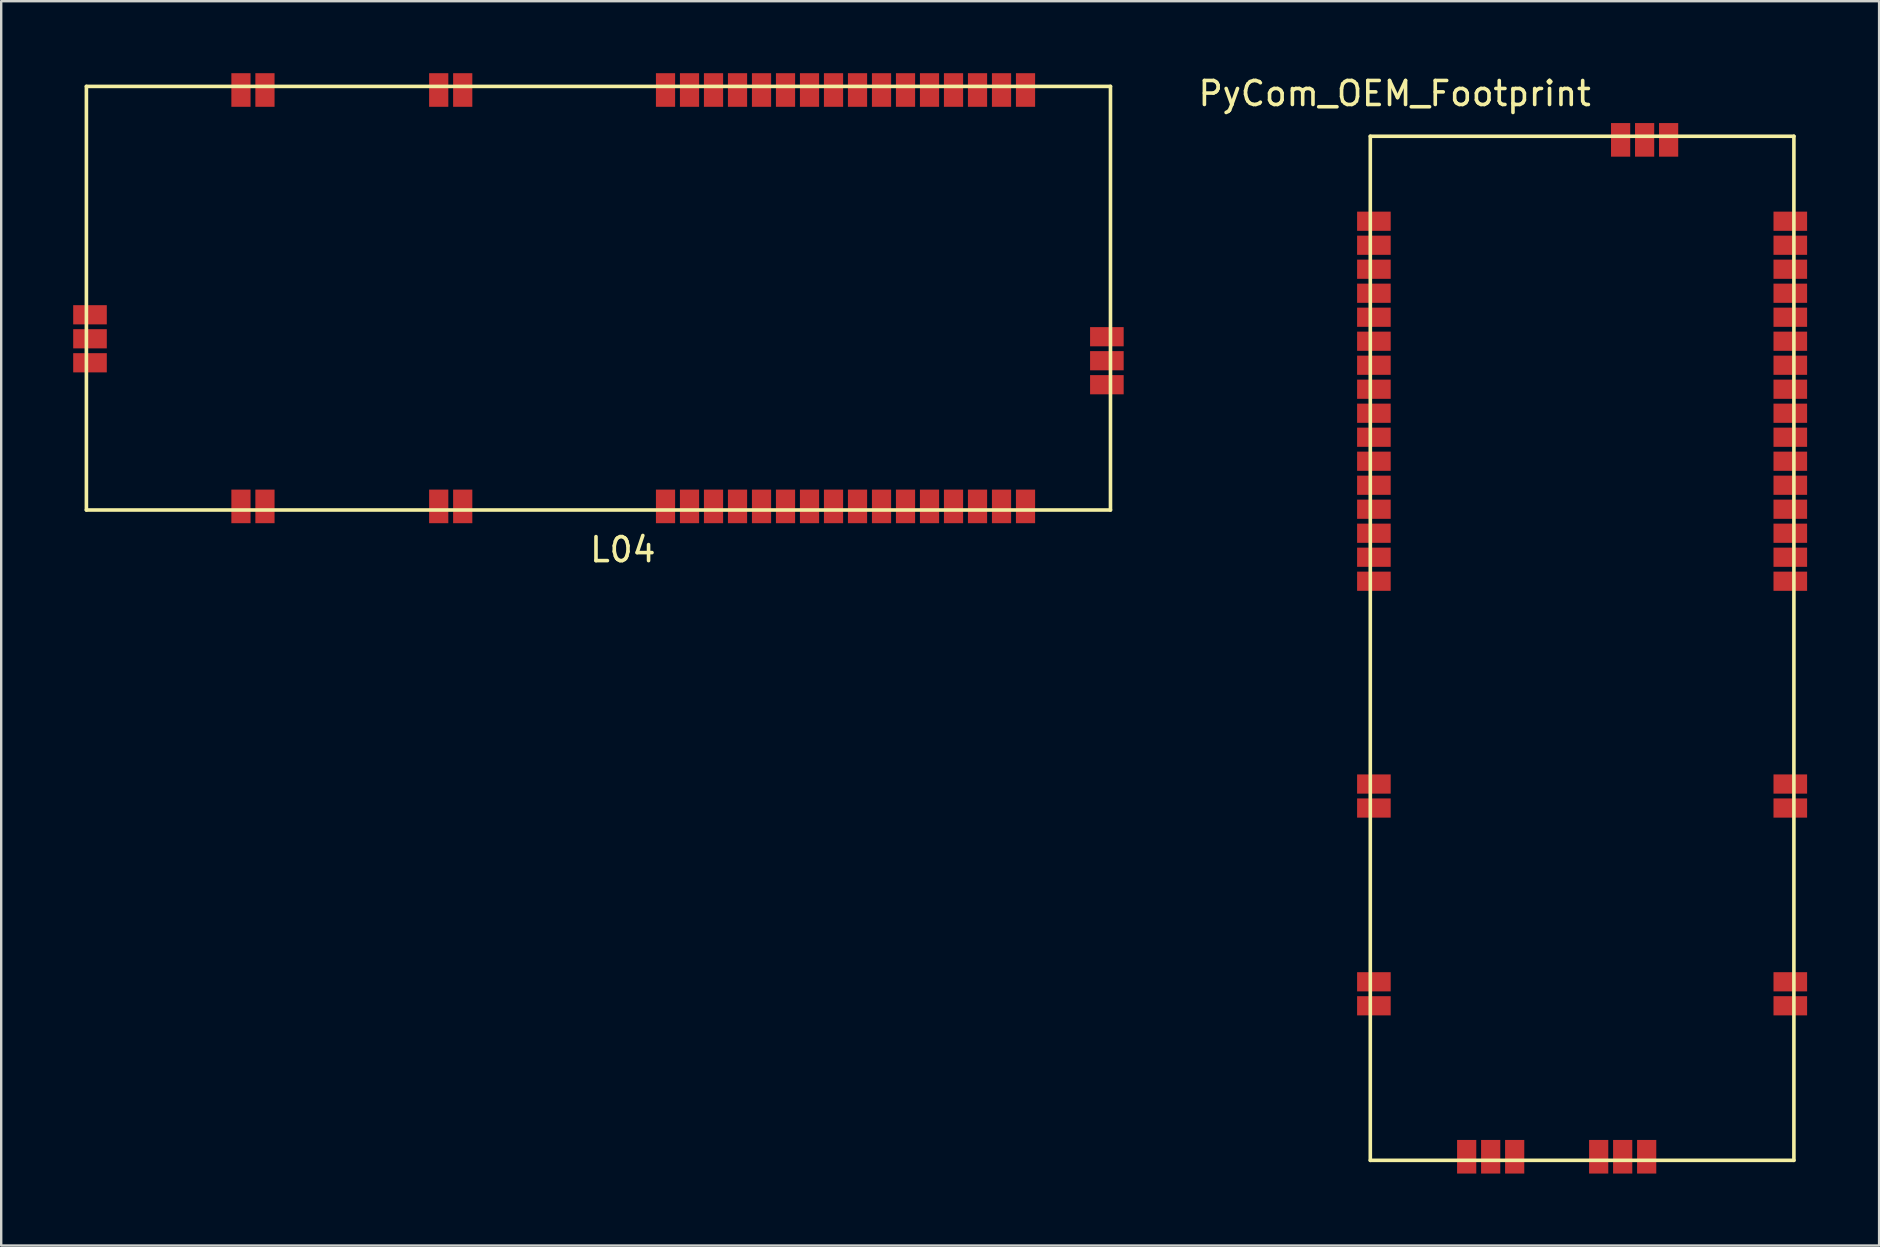
<source format=kicad_pcb>
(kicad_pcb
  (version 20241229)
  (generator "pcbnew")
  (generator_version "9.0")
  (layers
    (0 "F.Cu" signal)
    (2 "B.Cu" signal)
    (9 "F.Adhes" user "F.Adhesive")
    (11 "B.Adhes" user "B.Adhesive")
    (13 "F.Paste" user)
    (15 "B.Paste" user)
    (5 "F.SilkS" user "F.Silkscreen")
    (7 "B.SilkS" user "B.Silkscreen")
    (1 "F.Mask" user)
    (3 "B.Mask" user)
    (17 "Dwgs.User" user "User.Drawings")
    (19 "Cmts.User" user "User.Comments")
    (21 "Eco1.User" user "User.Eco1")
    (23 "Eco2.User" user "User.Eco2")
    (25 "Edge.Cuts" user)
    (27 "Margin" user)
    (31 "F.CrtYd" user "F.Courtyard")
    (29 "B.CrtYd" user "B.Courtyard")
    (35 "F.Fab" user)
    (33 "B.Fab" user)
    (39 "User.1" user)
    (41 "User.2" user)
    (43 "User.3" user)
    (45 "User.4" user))
  (footprint "L04"
    (layer "F.Cu")
    (at 0.55 0.55)
    (property "Reference" "L04" (at 22.352 19.304 0) (layer "F.SilkS") (effects (font (size 1 1) (thickness 0.15))))
    (attr through_hole)
    (fp_line (start 0 0) (end 42.67 0) (stroke (width 0.15) (type solid)) (layer "F.SilkS"))
    (fp_line (start 0 17.65) (end 0 0) (stroke (width 0.15) (type solid)) (layer "F.SilkS"))
    (fp_line (start 42.67 0) (end 42.67 17.65) (stroke (width 0.15) (type solid)) (layer "F.SilkS"))
    (fp_line (start 42.67 17.65) (end 0 17.65) (stroke (width 0.15) (type solid)) (layer "F.SilkS"))
    (pad "1" smd rect (at 6.44 0.15) (size 0.8 1.4) (layers "F.Cu" "F.Mask" "F.Paste"))
    (pad "2" smd rect (at 7.44 0.15) (size 0.8 1.4) (layers "F.Cu" "F.Mask" "F.Paste"))
    (pad "3" smd rect (at 6.44 17.5) (size 0.8 1.4) (layers "F.Cu" "F.Mask" "F.Paste"))
    (pad "4" smd rect (at 14.68 17.5) (size 0.8 1.4) (layers "F.Cu" "F.Mask" "F.Paste"))
    (pad "5" smd rect (at 7.44 17.5) (size 0.8 1.4) (layers "F.Cu" "F.Mask" "F.Paste"))
    (pad "5" smd rect (at 15.68 17.5) (size 0.8 1.4) (layers "F.Cu" "F.Mask" "F.Paste"))
    (pad "6" smd rect (at 14.68 0.15) (size 0.8 1.4) (layers "F.Cu" "F.Mask" "F.Paste"))
    (pad "7" smd rect (at 15.68 0.15) (size 0.8 1.4) (layers "F.Cu" "F.Mask" "F.Paste"))
    (pad "8" smd rect (at 24.13 0.15) (size 0.8 1.4) (layers "F.Cu" "F.Mask" "F.Paste"))
    (pad "9" smd rect (at 25.13 0.15) (size 0.8 1.4) (layers "F.Cu" "F.Mask" "F.Paste"))
    (pad "10" smd rect (at 26.13 0.15) (size 0.8 1.4) (layers "F.Cu" "F.Mask" "F.Paste"))
    (pad "11" smd rect (at 27.13 0.15) (size 0.8 1.4) (layers "F.Cu" "F.Mask" "F.Paste"))
    (pad "12" smd rect (at 28.13 0.15) (size 0.8 1.4) (layers "F.Cu" "F.Mask" "F.Paste"))
    (pad "13" smd rect (at 29.13 0.15) (size 0.8 1.4) (layers "F.Cu" "F.Mask" "F.Paste"))
    (pad "14" smd rect (at 30.13 0.15) (size 0.8 1.4) (layers "F.Cu" "F.Mask" "F.Paste"))
    (pad "15" smd rect (at 31.13 0.15) (size 0.8 1.4) (layers "F.Cu" "F.Mask" "F.Paste"))
    (pad "16" smd rect (at 32.13 0.15) (size 0.8 1.4) (layers "F.Cu" "F.Mask" "F.Paste"))
    (pad "17" smd rect (at 33.13 0.15) (size 0.8 1.4) (layers "F.Cu" "F.Mask" "F.Paste"))
    (pad "18" smd rect (at 34.13 0.15) (size 0.8 1.4) (layers "F.Cu" "F.Mask" "F.Paste"))
    (pad "19" smd rect (at 35.13 0.15) (size 0.8 1.4) (layers "F.Cu" "F.Mask" "F.Paste"))
    (pad "20" smd rect (at 36.13 0.15) (size 0.8 1.4) (layers "F.Cu" "F.Mask" "F.Paste"))
    (pad "21" smd rect (at 37.13 0.15) (size 0.8 1.4) (layers "F.Cu" "F.Mask" "F.Paste"))
    (pad "22" smd rect (at 38.13 0.15) (size 0.8 1.4) (layers "F.Cu" "F.Mask" "F.Paste"))
    (pad "23" smd rect (at 39.13 0.15) (size 0.8 1.4) (layers "F.Cu" "F.Mask" "F.Paste"))
    (pad "24" smd rect (at 24.13 17.5) (size 0.8 1.4) (layers "F.Cu" "F.Mask" "F.Paste"))
    (pad "25" smd rect (at 25.13 17.5) (size 0.8 1.4) (layers "F.Cu" "F.Mask" "F.Paste"))
    (pad "26" smd rect (at 26.13 17.5) (size 0.8 1.4) (layers "F.Cu" "F.Mask" "F.Paste"))
    (pad "27" smd rect (at 27.13 17.5) (size 0.8 1.4) (layers "F.Cu" "F.Mask" "F.Paste"))
    (pad "28" smd rect (at 28.13 17.5) (size 0.8 1.4) (layers "F.Cu" "F.Mask" "F.Paste"))
    (pad "29" smd rect (at 29.13 17.5) (size 0.8 1.4) (layers "F.Cu" "F.Mask" "F.Paste"))
    (pad "30" smd rect (at 30.13 17.5) (size 0.8 1.4) (layers "F.Cu" "F.Mask" "F.Paste"))
    (pad "31" smd rect (at 31.13 17.5) (size 0.8 1.4) (layers "F.Cu" "F.Mask" "F.Paste"))
    (pad "32" smd rect (at 32.13 17.5) (size 0.8 1.4) (layers "F.Cu" "F.Mask" "F.Paste"))
    (pad "33" smd rect (at 33.13 17.5) (size 0.8 1.4) (layers "F.Cu" "F.Mask" "F.Paste"))
    (pad "34" smd rect (at 34.13 17.5) (size 0.8 1.4) (layers "F.Cu" "F.Mask" "F.Paste"))
    (pad "35" smd rect (at 35.13 17.5) (size 0.8 1.4) (layers "F.Cu" "F.Mask" "F.Paste"))
    (pad "36" smd rect (at 36.13 17.5) (size 0.8 1.4) (layers "F.Cu" "F.Mask" "F.Paste"))
    (pad "37" smd rect (at 37.13 17.5) (size 0.8 1.4) (layers "F.Cu" "F.Mask" "F.Paste"))
    (pad "38" smd rect (at 38.13 17.5) (size 0.8 1.4) (layers "F.Cu" "F.Mask" "F.Paste"))
    (pad "39" smd rect (at 39.13 17.5) (size 0.8 1.4) (layers "F.Cu" "F.Mask" "F.Paste"))
    (pad "40" smd rect (at 42.52 10.43) (size 1.4 0.8) (layers "F.Cu" "F.Mask" "F.Paste"))
    (pad "41" smd rect (at 42.52 11.43) (size 1.4 0.8) (layers "F.Cu" "F.Mask" "F.Paste"))
    (pad "42" smd rect (at 42.52 12.43) (size 1.4 0.8) (layers "F.Cu" "F.Mask" "F.Paste"))
    (pad "43" smd rect (at 0.15 9.516) (size 1.4 0.8) (layers "F.Cu" "F.Mask" "F.Paste"))
    (pad "44" smd rect (at 0.15 10.516) (size 1.4 0.8) (layers "F.Cu" "F.Mask" "F.Paste"))
    (pad "45" smd rect (at 0.15 11.516) (size 1.4 0.8) (layers "F.Cu" "F.Mask" "F.Paste")))
  (footprint "PyCom_OEM_Footprint"
    (layer "F.Cu")
    (at 63.19 22.946)
    (property "Reference" "PyCom_OEM_Footprint" (at -8.128 -22.098 180) (layer "F.SilkS") (effects (font (size 1 1) (thickness 0.15))))
    (attr smd)
    (fp_line (start -9.144 -20.318) (end 8.506 -20.318) (stroke (width 0.15) (type solid)) (layer "F.SilkS"))
    (fp_line (start -9.144 22.352) (end -9.144 -20.318) (stroke (width 0.15) (type solid)) (layer "F.SilkS"))
    (fp_line (start 8.506 -20.318) (end 8.506 22.352) (stroke (width 0.15) (type solid)) (layer "F.SilkS"))
    (fp_line (start 8.506 22.352) (end -9.144 22.352) (stroke (width 0.15) (type solid)) (layer "F.SilkS"))
    (pad "1" smd rect (at -8.994 15.912 90) (size 0.8 1.4) (layers "F.Cu" "F.Mask" "F.Paste"))
    (pad "2" smd rect (at -8.994 14.912 90) (size 0.8 1.4) (layers "F.Cu" "F.Mask" "F.Paste"))
    (pad "3" smd rect (at 8.356 15.912 90) (size 0.8 1.4) (layers "F.Cu" "F.Mask" "F.Paste"))
    (pad "4" smd rect (at 8.356 7.672 90) (size 0.8 1.4) (layers "F.Cu" "F.Mask" "F.Paste"))
    (pad "5" smd rect (at 8.356 6.672 90) (size 0.8 1.4) (layers "F.Cu" "F.Mask" "F.Paste"))
    (pad "5" smd rect (at 8.356 14.912 90) (size 0.8 1.4) (layers "F.Cu" "F.Mask" "F.Paste"))
    (pad "6" smd rect (at -8.994 7.672 90) (size 0.8 1.4) (layers "F.Cu" "F.Mask" "F.Paste"))
    (pad "7" smd rect (at -8.994 6.672 90) (size 0.8 1.4) (layers "F.Cu" "F.Mask" "F.Paste"))
    (pad "8" smd rect (at -8.994 -1.778 90) (size 0.8 1.4) (layers "F.Cu" "F.Mask" "F.Paste"))
    (pad "9" smd rect (at -8.994 -2.778 90) (size 0.8 1.4) (layers "F.Cu" "F.Mask" "F.Paste"))
    (pad "10" smd rect (at -8.994 -3.778 90) (size 0.8 1.4) (layers "F.Cu" "F.Mask" "F.Paste"))
    (pad "11" smd rect (at -8.994 -4.778 90) (size 0.8 1.4) (layers "F.Cu" "F.Mask" "F.Paste"))
    (pad "12" smd rect (at -8.994 -5.778 90) (size 0.8 1.4) (layers "F.Cu" "F.Mask" "F.Paste"))
    (pad "13" smd rect (at -8.994 -6.778 90) (size 0.8 1.4) (layers "F.Cu" "F.Mask" "F.Paste"))
    (pad "14" smd rect (at -8.994 -7.778 90) (size 0.8 1.4) (layers "F.Cu" "F.Mask" "F.Paste"))
    (pad "15" smd rect (at -8.994 -8.778 90) (size 0.8 1.4) (layers "F.Cu" "F.Mask" "F.Paste"))
    (pad "16" smd rect (at -8.994 -9.778 90) (size 0.8 1.4) (layers "F.Cu" "F.Mask" "F.Paste"))
    (pad "17" smd rect (at -8.994 -10.778 90) (size 0.8 1.4) (layers "F.Cu" "F.Mask" "F.Paste"))
    (pad "18" smd rect (at -8.994 -11.778 90) (size 0.8 1.4) (layers "F.Cu" "F.Mask" "F.Paste"))
    (pad "19" smd rect (at -8.994 -12.778 90) (size 0.8 1.4) (layers "F.Cu" "F.Mask" "F.Paste"))
    (pad "20" smd rect (at -8.994 -13.778 90) (size 0.8 1.4) (layers "F.Cu" "F.Mask" "F.Paste"))
    (pad "21" smd rect (at -8.994 -14.778 90) (size 0.8 1.4) (layers "F.Cu" "F.Mask" "F.Paste"))
    (pad "22" smd rect (at -8.994 -15.778 90) (size 0.8 1.4) (layers "F.Cu" "F.Mask" "F.Paste"))
    (pad "23" smd rect (at -8.994 -16.778 90) (size 0.8 1.4) (layers "F.Cu" "F.Mask" "F.Paste"))
    (pad "24" smd rect (at 8.356 -1.778 90) (size 0.8 1.4) (layers "F.Cu" "F.Mask" "F.Paste"))
    (pad "25" smd rect (at 8.356 -2.778 90) (size 0.8 1.4) (layers "F.Cu" "F.Mask" "F.Paste"))
    (pad "26" smd rect (at 8.356 -3.778 90) (size 0.8 1.4) (layers "F.Cu" "F.Mask" "F.Paste"))
    (pad "27" smd rect (at 8.356 -4.778 90) (size 0.8 1.4) (layers "F.Cu" "F.Mask" "F.Paste"))
    (pad "28" smd rect (at 8.356 -5.778 90) (size 0.8 1.4) (layers "F.Cu" "F.Mask" "F.Paste"))
    (pad "29" smd rect (at 8.356 -6.778 90) (size 0.8 1.4) (layers "F.Cu" "F.Mask" "F.Paste"))
    (pad "30" smd rect (at 8.356 -7.778 90) (size 0.8 1.4) (layers "F.Cu" "F.Mask" "F.Paste"))
    (pad "31" smd rect (at 8.356 -8.778 90) (size 0.8 1.4) (layers "F.Cu" "F.Mask" "F.Paste"))
    (pad "32" smd rect (at 8.356 -9.778 90) (size 0.8 1.4) (layers "F.Cu" "F.Mask" "F.Paste"))
    (pad "33" smd rect (at 8.356 -10.778 90) (size 0.8 1.4) (layers "F.Cu" "F.Mask" "F.Paste"))
    (pad "34" smd rect (at 8.356 -11.778 90) (size 0.8 1.4) (layers "F.Cu" "F.Mask" "F.Paste"))
    (pad "35" smd rect (at 8.356 -12.778 90) (size 0.8 1.4) (layers "F.Cu" "F.Mask" "F.Paste"))
    (pad "36" smd rect (at 8.356 -13.778 90) (size 0.8 1.4) (layers "F.Cu" "F.Mask" "F.Paste"))
    (pad "37" smd rect (at 8.356 -14.778 90) (size 0.8 1.4) (layers "F.Cu" "F.Mask" "F.Paste"))
    (pad "38" smd rect (at 8.356 -15.778 90) (size 0.8 1.4) (layers "F.Cu" "F.Mask" "F.Paste"))
    (pad "39" smd rect (at 8.356 -16.778 90) (size 0.8 1.4) (layers "F.Cu" "F.Mask" "F.Paste"))
    (pad "40" smd rect (at 1.286 -20.168 90) (size 1.4 0.8) (layers "F.Cu" "F.Mask" "F.Paste"))
    (pad "41" smd rect (at 2.286 -20.168 90) (size 1.4 0.8) (layers "F.Cu" "F.Mask" "F.Paste"))
    (pad "42" smd rect (at 3.286 -20.168 90) (size 1.4 0.8) (layers "F.Cu" "F.Mask" "F.Paste"))
    (pad "43" smd rect (at 0.372 22.202 90) (size 1.4 0.8) (layers "F.Cu" "F.Mask" "F.Paste"))
    (pad "44" smd rect (at 1.372 22.202 90) (size 1.4 0.8) (layers "F.Cu" "F.Mask" "F.Paste"))
    (pad "45" smd rect (at 2.372 22.202 90) (size 1.4 0.8) (layers "F.Cu" "F.Mask" "F.Paste"))
    (pad "46" smd rect (at -3.128 22.202 90) (size 1.4 0.8) (layers "F.Cu" "F.Mask" "F.Paste"))
    (pad "47" smd rect (at -4.128 22.202 90) (size 1.4 0.8) (layers "F.Cu" "F.Mask" "F.Paste"))
    (pad "48" smd rect (at -5.128 22.202 90) (size 1.4 0.8) (layers "F.Cu" "F.Mask" "F.Paste")))
  (gr_rect
    (start -3 -3)
    (end 75.246 48.848)
    (stroke (width 0.1) (type default))
    (fill no)
    (layer "Edge.Cuts")))
</source>
